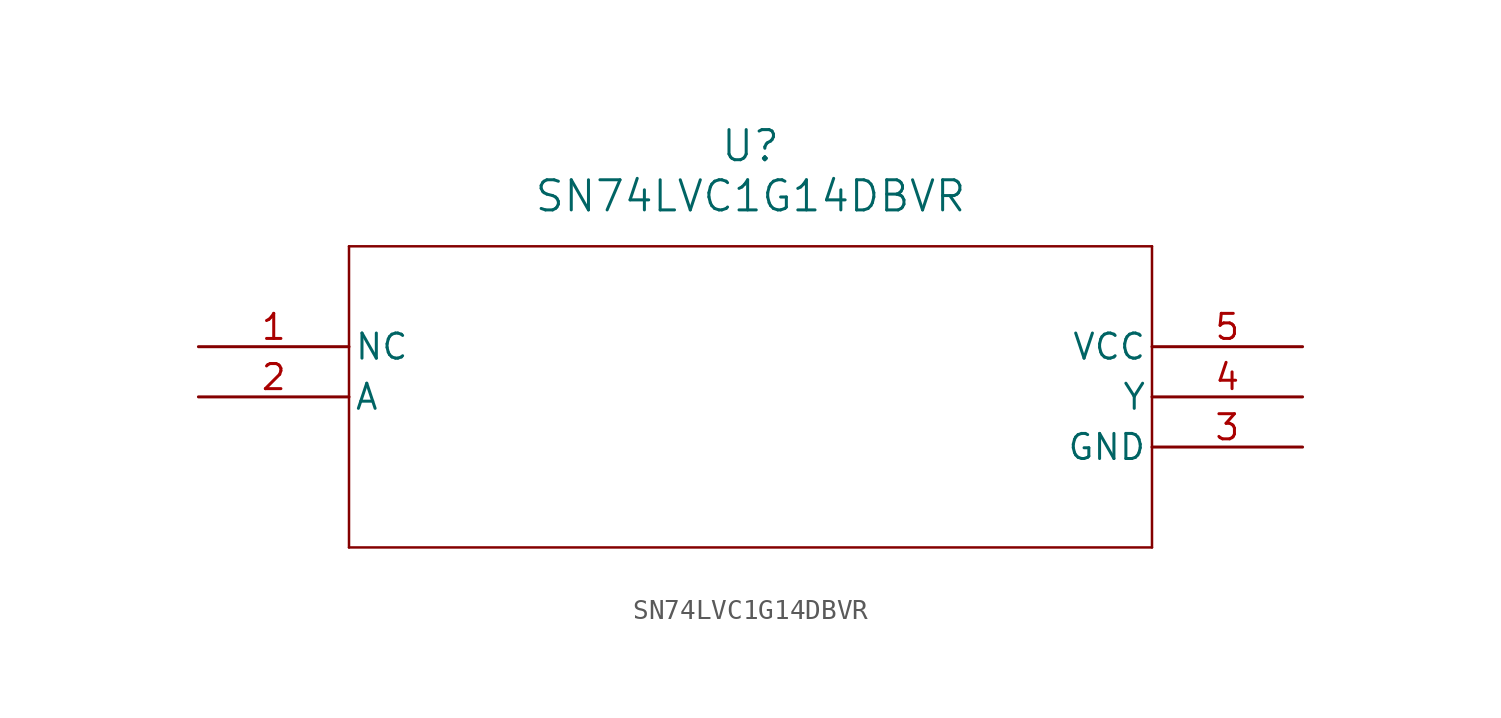
<source format=kicad_sym>
(kicad_symbol_lib
  (version 20231120)
  (generator "kicad_symbol_editor")
  (generator_version "8.0")
  (symbol "SN74LVC1G14DBVR"
    (pin_names
      (offset 0.254))
    (property "Reference" "U"
      (at 27.94 10.16 0)
      (effects (font (size 1.524 1.524))))
    (property "Value" "SN74LVC1G14DBVR"
      (at 27.94 7.62 0)
      (effects (font (size 1.524 1.524))))
    (symbol "SN74LVC1G14DBVR_0_1"
      (polyline (pts (xy 7.62 -10.16) (xy 48.26 -10.16)) (stroke (width 0.127) (type default)) (fill (type none)))
      (polyline (pts (xy 7.62 5.08) (xy 7.62 -10.16)) (stroke (width 0.127) (type default)) (fill (type none)))
      (polyline (pts (xy 48.26 -10.16) (xy 48.26 5.08)) (stroke (width 0.127) (type default)) (fill (type none)))
      (polyline (pts (xy 48.26 5.08) (xy 7.62 5.08)) (stroke (width 0.127) (type default)) (fill (type none)))
      (pin unspecified line (at 0 0 0) (length 7.62) (name "NC" (effects (font (size 1.27 1.27)))) (number "1" (effects (font (size 1.27 1.27)))))
      (pin input line (at 0 -2.54 0) (length 7.62) (name "A" (effects (font (size 1.27 1.27)))) (number "2" (effects (font (size 1.27 1.27)))))
      (pin power_in line (at 55.88 -5.08 180) (length 7.62) (name "GND" (effects (font (size 1.27 1.27)))) (number "3" (effects (font (size 1.27 1.27)))))
      (pin output line (at 55.88 -2.54 180) (length 7.62) (name "Y" (effects (font (size 1.27 1.27)))) (number "4" (effects (font (size 1.27 1.27)))))
      (pin power_in line (at 55.88 0 180) (length 7.62) (name "VCC" (effects (font (size 1.27 1.27)))) (number "5" (effects (font (size 1.27 1.27))))))))
</source>
